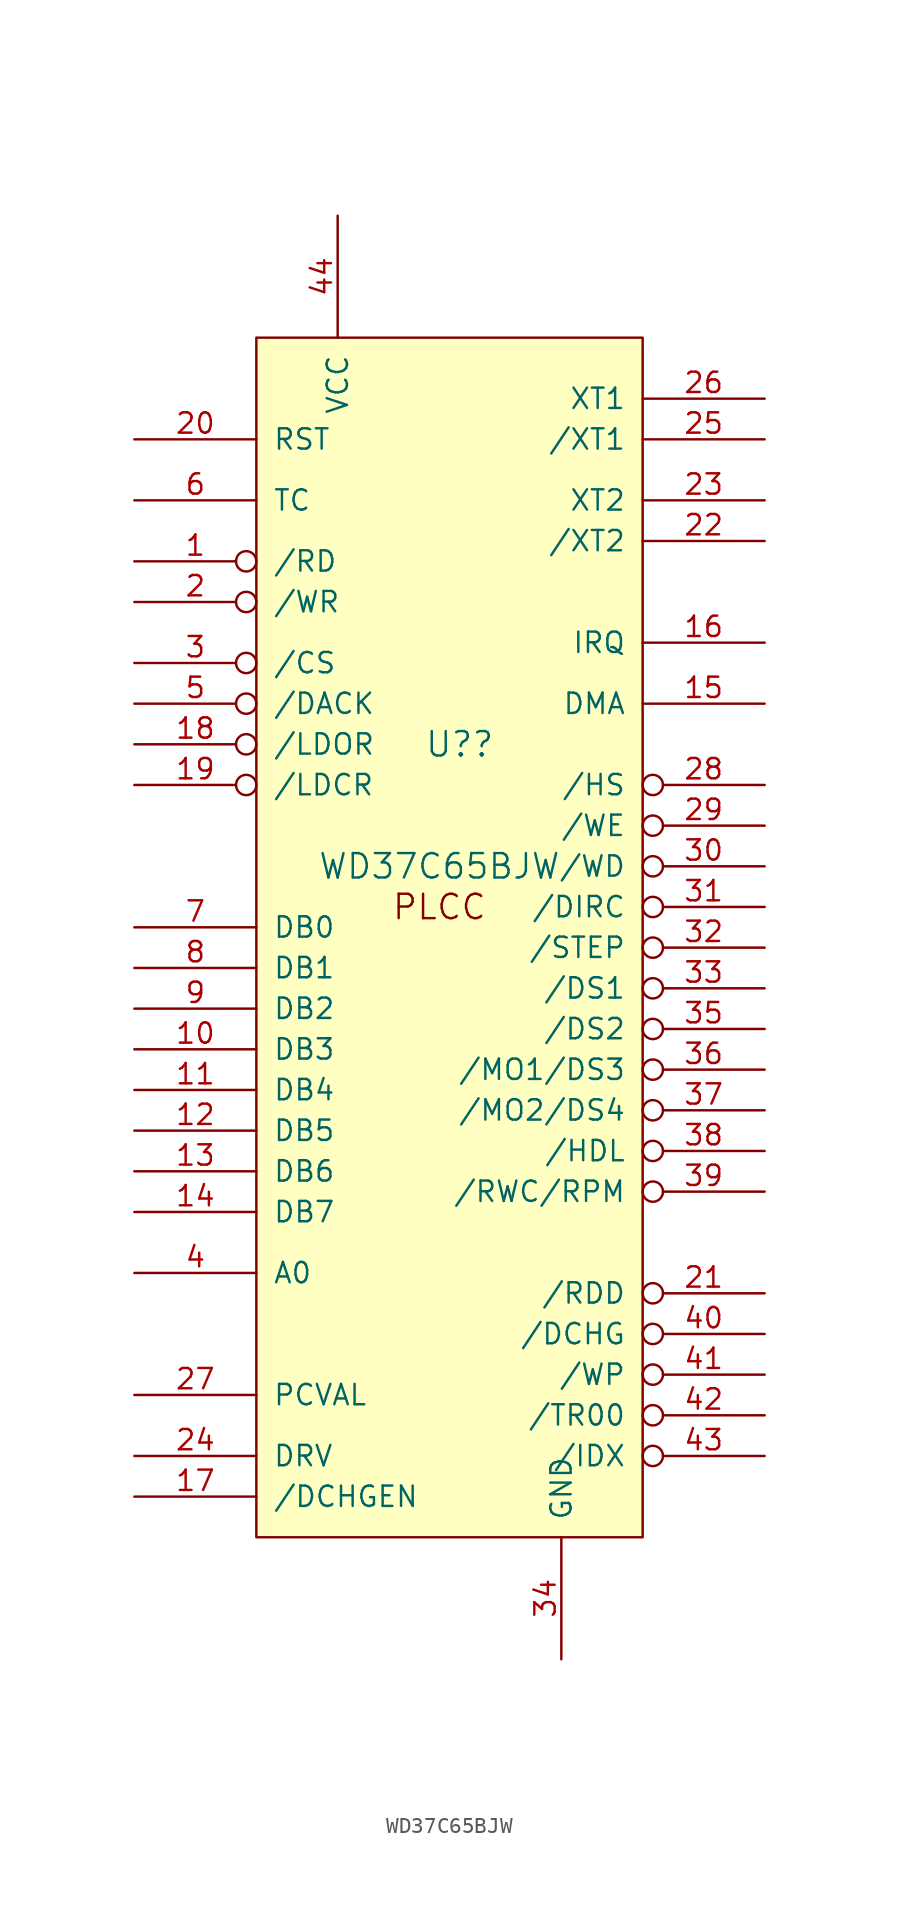
<source format=kicad_sym>
(kicad_symbol_lib
  (version 20211014)
  (generator kicad_symbol_editor)
  (symbol "WD37C65BJW"
    (pin_names
      (offset 1.016))
    (property "Reference" "U?"
      (at 0 10.16 0)
      (effects (font (size 1.524 1.524))))
    (property "Value" "WD37C65BJW"
      (at -1.27 2.54 0)
      (effects (font (size 1.524 1.524))))
    (symbol "WD37C65BJW_0_0"
      (rectangle (start -12.7 35.56) (end 11.43 -39.37) (stroke (width 0) (type default) (color 0 0 0 0)) (fill (type background)))
      (text "PLCC" (at -1.27 0 0) (effects (font (size 1.524 1.524)))))
    (symbol "WD37C65BJW_1_1"
      (pin input inverted (at -20.32 21.59 0) (length 7.62) (name "/RD" (effects (font (size 1.27 1.27)))) (number "1" (effects (font (size 1.27 1.27)))))
      (pin bidirectional line (at -20.32 -8.89 0) (length 7.62) (name "DB3" (effects (font (size 1.27 1.27)))) (number "10" (effects (font (size 1.27 1.27)))))
      (pin bidirectional line (at -20.32 -11.43 0) (length 7.62) (name "DB4" (effects (font (size 1.27 1.27)))) (number "11" (effects (font (size 1.27 1.27)))))
      (pin bidirectional line (at -20.32 -13.97 0) (length 7.62) (name "DB5" (effects (font (size 1.27 1.27)))) (number "12" (effects (font (size 1.27 1.27)))))
      (pin bidirectional line (at -20.32 -16.51 0) (length 7.62) (name "DB6" (effects (font (size 1.27 1.27)))) (number "13" (effects (font (size 1.27 1.27)))))
      (pin bidirectional line (at -20.32 -19.05 0) (length 7.62) (name "DB7" (effects (font (size 1.27 1.27)))) (number "14" (effects (font (size 1.27 1.27)))))
      (pin output line (at 19.05 12.7 180) (length 7.62) (name "DMA" (effects (font (size 1.27 1.27)))) (number "15" (effects (font (size 1.27 1.27)))))
      (pin output line (at 19.05 16.51 180) (length 7.62) (name "IRQ" (effects (font (size 1.27 1.27)))) (number "16" (effects (font (size 1.27 1.27)))))
      (pin input line (at -20.32 -36.83 0) (length 7.62) (name "/DCHGEN" (effects (font (size 1.27 1.27)))) (number "17" (effects (font (size 1.27 1.27)))))
      (pin input inverted (at -20.32 10.16 0) (length 7.62) (name "/LDOR" (effects (font (size 1.27 1.27)))) (number "18" (effects (font (size 1.27 1.27)))))
      (pin input inverted (at -20.32 7.62 0) (length 7.62) (name "/LDCR" (effects (font (size 1.27 1.27)))) (number "19" (effects (font (size 1.27 1.27)))))
      (pin input inverted (at -20.32 19.05 0) (length 7.62) (name "/WR" (effects (font (size 1.27 1.27)))) (number "2" (effects (font (size 1.27 1.27)))))
      (pin input line (at -20.32 29.21 0) (length 7.62) (name "RST" (effects (font (size 1.27 1.27)))) (number "20" (effects (font (size 1.27 1.27)))))
      (pin input inverted (at 19.05 -24.13 180) (length 7.62) (name "/RDD" (effects (font (size 1.27 1.27)))) (number "21" (effects (font (size 1.27 1.27)))))
      (pin input line (at 19.05 22.86 180) (length 7.62) (name "/XT2" (effects (font (size 1.27 1.27)))) (number "22" (effects (font (size 1.27 1.27)))))
      (pin input line (at 19.05 25.4 180) (length 7.62) (name "XT2" (effects (font (size 1.27 1.27)))) (number "23" (effects (font (size 1.27 1.27)))))
      (pin input line (at -20.32 -34.29 0) (length 7.62) (name "DRV" (effects (font (size 1.27 1.27)))) (number "24" (effects (font (size 1.27 1.27)))))
      (pin input line (at 19.05 29.21 180) (length 7.62) (name "/XT1" (effects (font (size 1.27 1.27)))) (number "25" (effects (font (size 1.27 1.27)))))
      (pin input line (at 19.05 31.75 180) (length 7.62) (name "XT1" (effects (font (size 1.27 1.27)))) (number "26" (effects (font (size 1.27 1.27)))))
      (pin input line (at -20.32 -30.48 0) (length 7.62) (name "PCVAL" (effects (font (size 1.27 1.27)))) (number "27" (effects (font (size 1.27 1.27)))))
      (pin output inverted (at 19.05 7.62 180) (length 7.62) (name "/HS" (effects (font (size 1.27 1.27)))) (number "28" (effects (font (size 1.27 1.27)))))
      (pin output inverted (at 19.05 5.08 180) (length 7.62) (name "/WE" (effects (font (size 1.27 1.27)))) (number "29" (effects (font (size 1.27 1.27)))))
      (pin input inverted (at -20.32 15.24 0) (length 7.62) (name "/CS" (effects (font (size 1.27 1.27)))) (number "3" (effects (font (size 1.27 1.27)))))
      (pin output inverted (at 19.05 2.54 180) (length 7.62) (name "/WD" (effects (font (size 1.27 1.27)))) (number "30" (effects (font (size 1.27 1.27)))))
      (pin output inverted (at 19.05 0 180) (length 7.62) (name "/DIRC" (effects (font (size 1.27 1.27)))) (number "31" (effects (font (size 1.27 1.27)))))
      (pin output inverted (at 19.05 -2.54 180) (length 7.62) (name "/STEP" (effects (font (size 1.27 1.27)))) (number "32" (effects (font (size 1.27 1.27)))))
      (pin output inverted (at 19.05 -5.08 180) (length 7.62) (name "/DS1" (effects (font (size 1.27 1.27)))) (number "33" (effects (font (size 1.27 1.27)))))
      (pin power_in line (at 6.35 -46.99 90) (length 7.62) (name "GND" (effects (font (size 1.27 1.27)))) (number "34" (effects (font (size 1.27 1.27)))))
      (pin output inverted (at 19.05 -7.62 180) (length 7.62) (name "/DS2" (effects (font (size 1.27 1.27)))) (number "35" (effects (font (size 1.27 1.27)))))
      (pin output inverted (at 19.05 -10.16 180) (length 7.62) (name "/MO1/DS3" (effects (font (size 1.27 1.27)))) (number "36" (effects (font (size 1.27 1.27)))))
      (pin output inverted (at 19.05 -12.7 180) (length 7.62) (name "/MO2/DS4" (effects (font (size 1.27 1.27)))) (number "37" (effects (font (size 1.27 1.27)))))
      (pin output inverted (at 19.05 -15.24 180) (length 7.62) (name "/HDL" (effects (font (size 1.27 1.27)))) (number "38" (effects (font (size 1.27 1.27)))))
      (pin output inverted (at 19.05 -17.78 180) (length 7.62) (name "/RWC/RPM" (effects (font (size 1.27 1.27)))) (number "39" (effects (font (size 1.27 1.27)))))
      (pin input line (at -20.32 -22.86 0) (length 7.62) (name "A0" (effects (font (size 1.27 1.27)))) (number "4" (effects (font (size 1.27 1.27)))))
      (pin input inverted (at 19.05 -26.67 180) (length 7.62) (name "/DCHG" (effects (font (size 1.27 1.27)))) (number "40" (effects (font (size 1.27 1.27)))))
      (pin input inverted (at 19.05 -29.21 180) (length 7.62) (name "/WP" (effects (font (size 1.27 1.27)))) (number "41" (effects (font (size 1.27 1.27)))))
      (pin input inverted (at 19.05 -31.75 180) (length 7.62) (name "/TR00" (effects (font (size 1.27 1.27)))) (number "42" (effects (font (size 1.27 1.27)))))
      (pin input inverted (at 19.05 -34.29 180) (length 7.62) (name "/IDX" (effects (font (size 1.27 1.27)))) (number "43" (effects (font (size 1.27 1.27)))))
      (pin power_in line (at -7.62 43.18 270) (length 7.62) (name "VCC" (effects (font (size 1.27 1.27)))) (number "44" (effects (font (size 1.27 1.27)))))
      (pin input inverted (at -20.32 12.7 0) (length 7.62) (name "/DACK" (effects (font (size 1.27 1.27)))) (number "5" (effects (font (size 1.27 1.27)))))
      (pin input line (at -20.32 25.4 0) (length 7.62) (name "TC" (effects (font (size 1.27 1.27)))) (number "6" (effects (font (size 1.27 1.27)))))
      (pin bidirectional line (at -20.32 -1.27 0) (length 7.62) (name "DB0" (effects (font (size 1.27 1.27)))) (number "7" (effects (font (size 1.27 1.27)))))
      (pin bidirectional line (at -20.32 -3.81 0) (length 7.62) (name "DB1" (effects (font (size 1.27 1.27)))) (number "8" (effects (font (size 1.27 1.27)))))
      (pin bidirectional line (at -20.32 -6.35 0) (length 7.62) (name "DB2" (effects (font (size 1.27 1.27)))) (number "9" (effects (font (size 1.27 1.27))))))))
</source>
